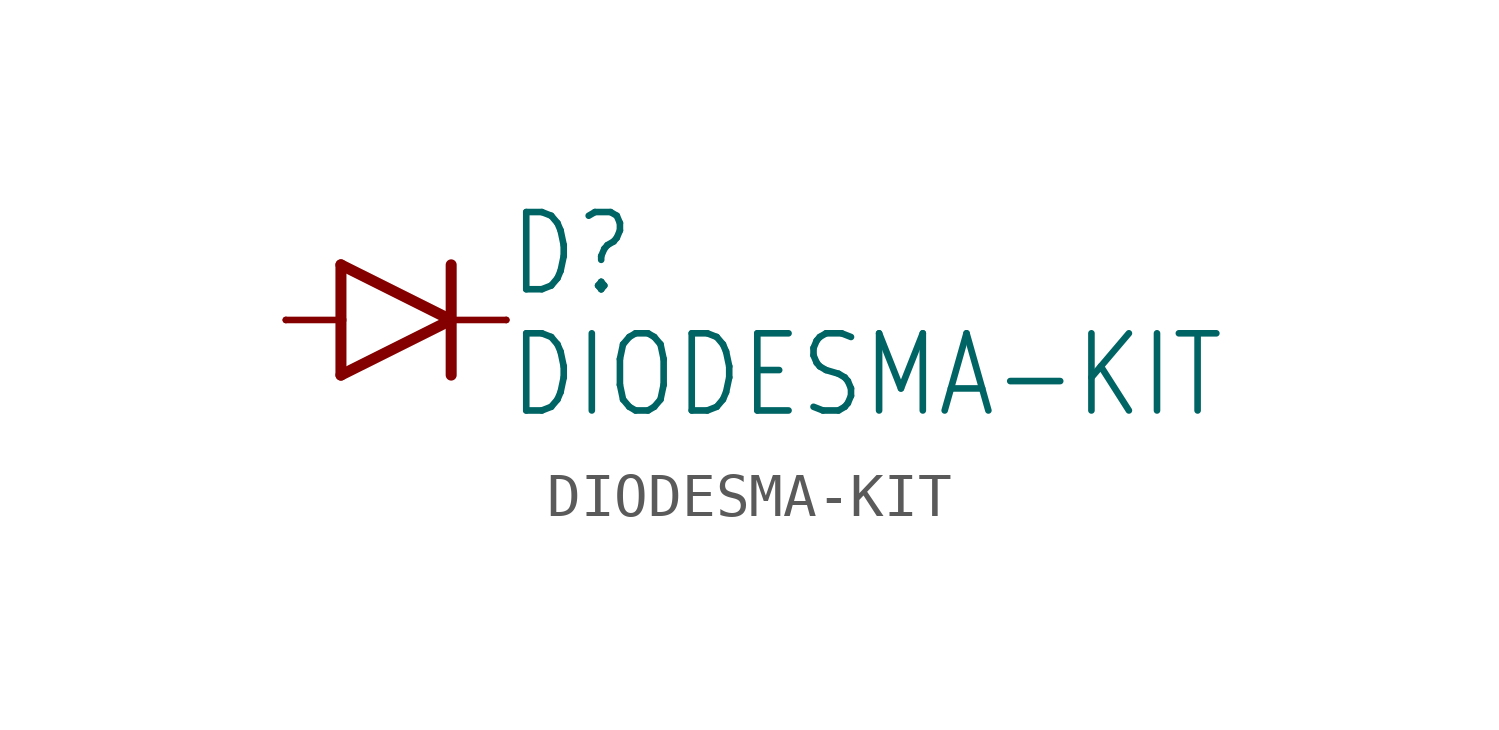
<source format=kicad_sym>
(kicad_symbol_lib
  (version 20220914)
  (generator kicad_symbol_editor)
  (symbol "DIODESMA-KIT"
    (property "Reference" "D"
      (at 2.54 0.483 0)
      (effects (font (size 1.778 1.511)) (justify left bottom)))
    (property "Value" "DIODESMA-KIT"
      (at 2.54 -2.311 0)
      (effects (font (size 1.778 1.511)) (justify left bottom)))
    (property "ki_locked" ""
      (at 0 0 0)
      (effects (font (size 1.27 1.27))))
    (symbol "DIODESMA-KIT_1_0"
      (polyline (pts (xy -2.54 0) (xy -1.27 0)) (stroke (width 0.152) (type default)) (fill (type none)))
      (polyline (pts (xy -1.27 -1.27) (xy 1.27 0)) (stroke (width 0.254) (type default)) (fill (type none)))
      (polyline (pts (xy -1.27 0) (xy -1.27 -1.27)) (stroke (width 0.254) (type default)) (fill (type none)))
      (polyline (pts (xy -1.27 1.27) (xy -1.27 0)) (stroke (width 0.254) (type default)) (fill (type none)))
      (polyline (pts (xy 1.27 0) (xy -1.27 1.27)) (stroke (width 0.254) (type default)) (fill (type none)))
      (polyline (pts (xy 1.27 0) (xy 1.27 -1.27)) (stroke (width 0.254) (type default)) (fill (type none)))
      (polyline (pts (xy 1.27 1.27) (xy 1.27 0)) (stroke (width 0.254) (type default)) (fill (type none)))
      (polyline (pts (xy 2.54 0) (xy 1.27 0)) (stroke (width 0.152) (type default)) (fill (type none)))
      (pin passive line (at -2.54 0 0) (length 0) (name "A" (effects (font (size 0 0)))) (number "A" (effects (font (size 0 0)))))
      (pin passive line (at 2.54 0 180) (length 0) (name "C" (effects (font (size 0 0)))) (number "C" (effects (font (size 0 0))))))))
</source>
